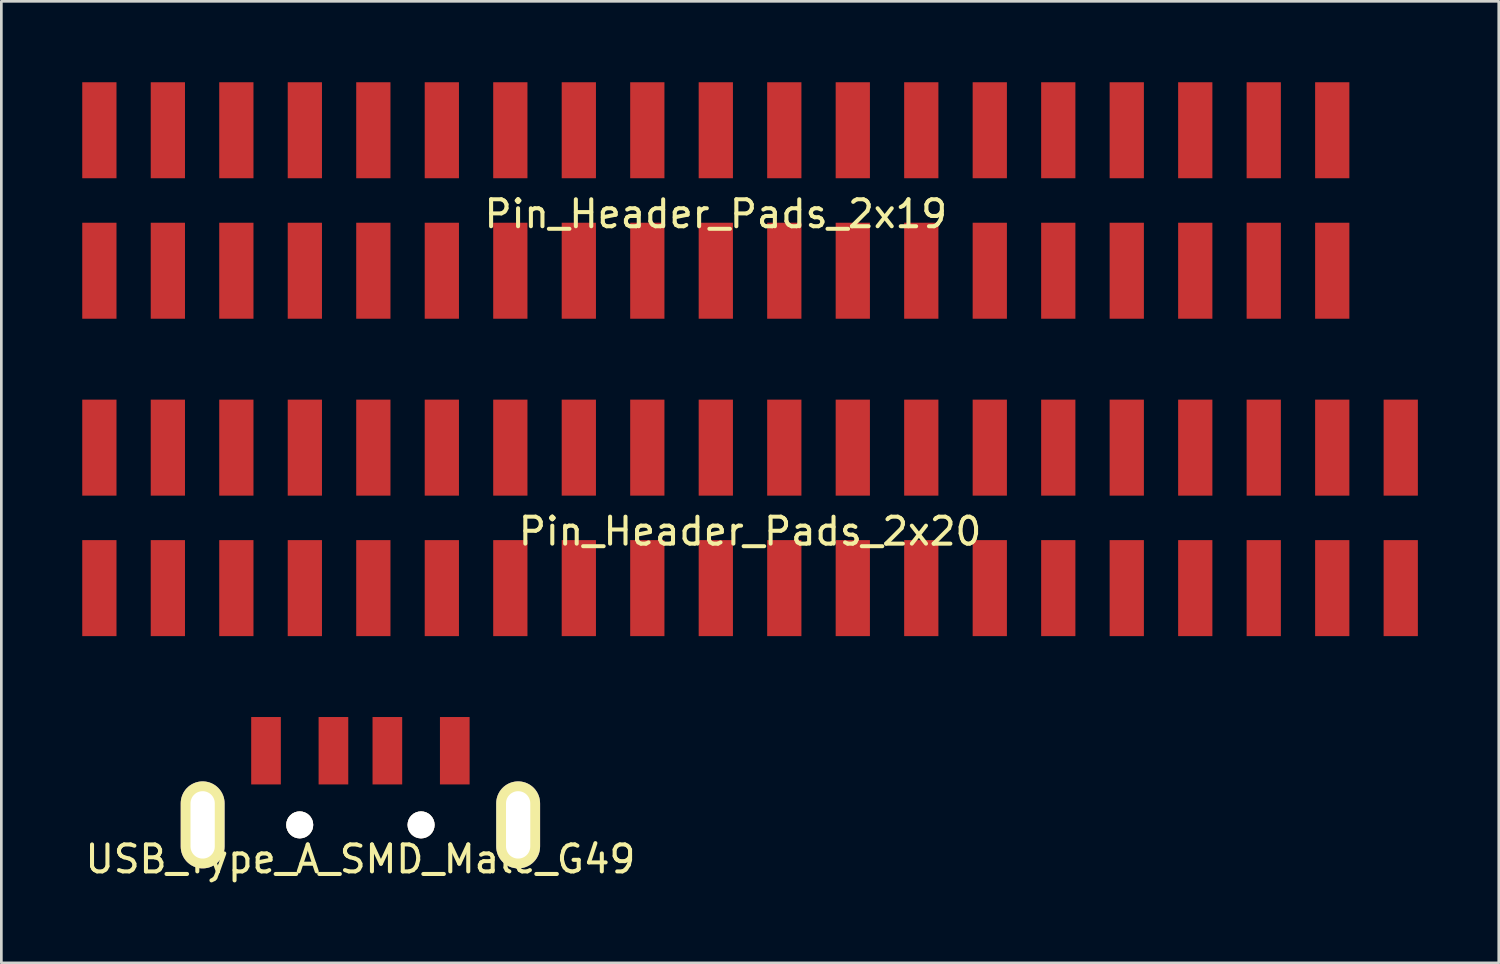
<source format=kicad_pcb>
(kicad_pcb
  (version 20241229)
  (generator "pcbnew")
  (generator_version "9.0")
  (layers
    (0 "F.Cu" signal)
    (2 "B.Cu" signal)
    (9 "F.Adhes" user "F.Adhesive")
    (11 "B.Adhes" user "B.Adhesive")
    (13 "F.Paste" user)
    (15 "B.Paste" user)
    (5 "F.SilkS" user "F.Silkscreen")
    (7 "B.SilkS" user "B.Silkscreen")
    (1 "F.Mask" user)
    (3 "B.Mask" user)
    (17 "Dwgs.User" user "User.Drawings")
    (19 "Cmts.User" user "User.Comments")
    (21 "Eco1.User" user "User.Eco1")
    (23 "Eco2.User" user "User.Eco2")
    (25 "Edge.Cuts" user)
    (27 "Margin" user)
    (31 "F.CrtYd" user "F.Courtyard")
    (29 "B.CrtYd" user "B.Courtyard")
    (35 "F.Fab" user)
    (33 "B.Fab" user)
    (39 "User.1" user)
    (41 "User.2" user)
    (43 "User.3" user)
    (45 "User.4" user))
  (footprint "Pin_Header_Pads_2x19"
    (layer "F.Cu")
    (at 23.495 4.385)
    (property "Reference" "Pin_Header_Pads_2x19" (at 0 0.5 0) (layer "F.SilkS") (effects (font (size 1 1) (thickness 0.15))))
    (attr through_hole)
    (pad "1" smd rect (at -22.86 2.605) (size 1.27 3.56) (layers "F.Cu" "F.Mask" "F.Paste"))
    (pad "2" smd rect (at -22.86 -2.605) (size 1.27 3.56) (layers "F.Cu" "F.Mask" "F.Paste"))
    (pad "3" smd rect (at -20.32 2.605) (size 1.27 3.56) (layers "F.Cu" "F.Mask" "F.Paste"))
    (pad "4" smd rect (at -20.32 -2.605) (size 1.27 3.56) (layers "F.Cu" "F.Mask" "F.Paste"))
    (pad "5" smd rect (at -17.78 2.605) (size 1.27 3.56) (layers "F.Cu" "F.Mask" "F.Paste"))
    (pad "6" smd rect (at -17.78 -2.605) (size 1.27 3.56) (layers "F.Cu" "F.Mask" "F.Paste"))
    (pad "7" smd rect (at -15.24 2.605) (size 1.27 3.56) (layers "F.Cu" "F.Mask" "F.Paste"))
    (pad "8" smd rect (at -15.24 -2.605) (size 1.27 3.56) (layers "F.Cu" "F.Mask" "F.Paste"))
    (pad "9" smd rect (at -12.7 2.605) (size 1.27 3.56) (layers "F.Cu" "F.Mask" "F.Paste"))
    (pad "10" smd rect (at -12.7 -2.605) (size 1.27 3.56) (layers "F.Cu" "F.Mask" "F.Paste"))
    (pad "11" smd rect (at -10.16 2.605) (size 1.27 3.56) (layers "F.Cu" "F.Mask" "F.Paste"))
    (pad "12" smd rect (at -10.16 -2.605) (size 1.27 3.56) (layers "F.Cu" "F.Mask" "F.Paste"))
    (pad "13" smd rect (at -7.62 2.605) (size 1.27 3.56) (layers "F.Cu" "F.Mask" "F.Paste"))
    (pad "14" smd rect (at -7.62 -2.605) (size 1.27 3.56) (layers "F.Cu" "F.Mask" "F.Paste"))
    (pad "15" smd rect (at -5.08 2.605) (size 1.27 3.56) (layers "F.Cu" "F.Mask" "F.Paste"))
    (pad "16" smd rect (at -5.08 -2.605) (size 1.27 3.56) (layers "F.Cu" "F.Mask" "F.Paste"))
    (pad "17" smd rect (at -2.54 2.605) (size 1.27 3.56) (layers "F.Cu" "F.Mask" "F.Paste"))
    (pad "18" smd rect (at -2.54 -2.605) (size 1.27 3.56) (layers "F.Cu" "F.Mask" "F.Paste"))
    (pad "19" smd rect (at 0 2.605) (size 1.27 3.56) (layers "F.Cu" "F.Mask" "F.Paste"))
    (pad "20" smd rect (at 0 -2.605) (size 1.27 3.56) (layers "F.Cu" "F.Mask" "F.Paste"))
    (pad "21" smd rect (at 2.54 2.605) (size 1.27 3.56) (layers "F.Cu" "F.Mask" "F.Paste"))
    (pad "22" smd rect (at 2.54 -2.605) (size 1.27 3.56) (layers "F.Cu" "F.Mask" "F.Paste"))
    (pad "23" smd rect (at 5.08 2.605) (size 1.27 3.56) (layers "F.Cu" "F.Mask" "F.Paste"))
    (pad "24" smd rect (at 5.08 -2.605) (size 1.27 3.56) (layers "F.Cu" "F.Mask" "F.Paste"))
    (pad "25" smd rect (at 7.62 2.605) (size 1.27 3.56) (layers "F.Cu" "F.Mask" "F.Paste"))
    (pad "26" smd rect (at 7.62 -2.605) (size 1.27 3.56) (layers "F.Cu" "F.Mask" "F.Paste"))
    (pad "27" smd rect (at 10.16 2.605) (size 1.27 3.56) (layers "F.Cu" "F.Mask" "F.Paste"))
    (pad "28" smd rect (at 10.16 -2.605) (size 1.27 3.56) (layers "F.Cu" "F.Mask" "F.Paste"))
    (pad "29" smd rect (at 12.7 2.605) (size 1.27 3.56) (layers "F.Cu" "F.Mask" "F.Paste"))
    (pad "30" smd rect (at 12.7 -2.605) (size 1.27 3.56) (layers "F.Cu" "F.Mask" "F.Paste"))
    (pad "31" smd rect (at 15.24 2.605) (size 1.27 3.56) (layers "F.Cu" "F.Mask" "F.Paste"))
    (pad "32" smd rect (at 15.24 -2.605) (size 1.27 3.56) (layers "F.Cu" "F.Mask" "F.Paste"))
    (pad "33" smd rect (at 17.78 2.605) (size 1.27 3.56) (layers "F.Cu" "F.Mask" "F.Paste"))
    (pad "34" smd rect (at 17.78 -2.605) (size 1.27 3.56) (layers "F.Cu" "F.Mask" "F.Paste"))
    (pad "35" smd rect (at 20.32 2.605) (size 1.27 3.56) (layers "F.Cu" "F.Mask" "F.Paste"))
    (pad "36" smd rect (at 20.32 -2.605) (size 1.27 3.56) (layers "F.Cu" "F.Mask" "F.Paste"))
    (pad "37" smd rect (at 22.86 2.605) (size 1.27 3.56) (layers "F.Cu" "F.Mask" "F.Paste"))
    (pad "38" smd rect (at 22.86 -2.605) (size 1.27 3.56) (layers "F.Cu" "F.Mask" "F.Paste")))
  (footprint "USB_Type_A_SMD_Male_G49"
    (layer "F.Cu")
    (at 10.315 27.54)
    (property "Reference" "USB_Type_A_SMD_Male_G49" (at 0 1.27 0) (layer "F.SilkS") (effects (font (size 1 1) (thickness 0.15))))
    (attr through_hole)
    (pad "1" smd rect (at 3.5 -2.75) (size 1.1 2.5) (layers "F.Cu" "F.Mask" "F.Paste"))
    (pad "2" smd rect (at 1 -2.75) (size 1.1 2.5) (layers "F.Cu" "F.Mask" "F.Paste"))
    (pad "3" smd rect (at -1 -2.75) (size 1.1 2.5) (layers "F.Cu" "F.Mask" "F.Paste"))
    (pad "4" smd rect (at -3.5 -2.75) (size 1.1 2.5) (layers "F.Cu" "F.Mask" "F.Paste"))
    (pad "5" thru_hole oval (at -5.85 0) (size 1.626 3.226) (drill oval 0.9 2.5) (layers "*.Cu" "*.Mask" "F.SilkS"))
    (pad "5" thru_hole circle (at -2.25 0 90) (size 1 1) (drill 1) (layers "*.Cu" "*.Mask" "F.SilkS"))
    (pad "5" thru_hole circle (at 2.25 0) (size 1 1) (drill 1) (layers "*.Cu" "*.Mask" "F.SilkS"))
    (pad "5" thru_hole oval (at 5.85 0) (size 1.626 3.226) (drill oval 0.9 2.5) (layers "*.Cu" "*.Mask" "F.SilkS")))
  (footprint "Pin_Header_Pads_2x20"
    (layer "F.Cu")
    (at 24.765 16.155)
    (property "Reference" "Pin_Header_Pads_2x20" (at 0 0.5 0) (layer "F.SilkS") (effects (font (size 1 1) (thickness 0.15))))
    (attr through_hole)
    (pad "1" smd rect (at -24.13 2.605) (size 1.27 3.56) (layers "F.Cu" "F.Mask" "F.Paste"))
    (pad "2" smd rect (at -24.13 -2.605) (size 1.27 3.56) (layers "F.Cu" "F.Mask" "F.Paste"))
    (pad "3" smd rect (at -21.59 2.605) (size 1.27 3.56) (layers "F.Cu" "F.Mask" "F.Paste"))
    (pad "4" smd rect (at -21.59 -2.605) (size 1.27 3.56) (layers "F.Cu" "F.Mask" "F.Paste"))
    (pad "5" smd rect (at -19.05 2.605) (size 1.27 3.56) (layers "F.Cu" "F.Mask" "F.Paste"))
    (pad "6" smd rect (at -19.05 -2.605) (size 1.27 3.56) (layers "F.Cu" "F.Mask" "F.Paste"))
    (pad "7" smd rect (at -16.51 2.605) (size 1.27 3.56) (layers "F.Cu" "F.Mask" "F.Paste"))
    (pad "8" smd rect (at -16.51 -2.605) (size 1.27 3.56) (layers "F.Cu" "F.Mask" "F.Paste"))
    (pad "9" smd rect (at -13.97 2.605) (size 1.27 3.56) (layers "F.Cu" "F.Mask" "F.Paste"))
    (pad "10" smd rect (at -13.97 -2.605) (size 1.27 3.56) (layers "F.Cu" "F.Mask" "F.Paste"))
    (pad "11" smd rect (at -11.43 2.605) (size 1.27 3.56) (layers "F.Cu" "F.Mask" "F.Paste"))
    (pad "12" smd rect (at -11.43 -2.605) (size 1.27 3.56) (layers "F.Cu" "F.Mask" "F.Paste"))
    (pad "13" smd rect (at -8.89 2.605) (size 1.27 3.56) (layers "F.Cu" "F.Mask" "F.Paste"))
    (pad "14" smd rect (at -8.89 -2.605) (size 1.27 3.56) (layers "F.Cu" "F.Mask" "F.Paste"))
    (pad "15" smd rect (at -6.35 2.605) (size 1.27 3.56) (layers "F.Cu" "F.Mask" "F.Paste"))
    (pad "16" smd rect (at -6.35 -2.605) (size 1.27 3.56) (layers "F.Cu" "F.Mask" "F.Paste"))
    (pad "17" smd rect (at -3.81 2.605) (size 1.27 3.56) (layers "F.Cu" "F.Mask" "F.Paste"))
    (pad "18" smd rect (at -3.81 -2.605) (size 1.27 3.56) (layers "F.Cu" "F.Mask" "F.Paste"))
    (pad "19" smd rect (at -1.27 2.605) (size 1.27 3.56) (layers "F.Cu" "F.Mask" "F.Paste"))
    (pad "20" smd rect (at -1.27 -2.605) (size 1.27 3.56) (layers "F.Cu" "F.Mask" "F.Paste"))
    (pad "21" smd rect (at 1.27 2.605) (size 1.27 3.56) (layers "F.Cu" "F.Mask" "F.Paste"))
    (pad "22" smd rect (at 1.27 -2.605) (size 1.27 3.56) (layers "F.Cu" "F.Mask" "F.Paste"))
    (pad "23" smd rect (at 3.81 2.605) (size 1.27 3.56) (layers "F.Cu" "F.Mask" "F.Paste"))
    (pad "24" smd rect (at 3.81 -2.605) (size 1.27 3.56) (layers "F.Cu" "F.Mask" "F.Paste"))
    (pad "25" smd rect (at 6.35 2.605) (size 1.27 3.56) (layers "F.Cu" "F.Mask" "F.Paste"))
    (pad "26" smd rect (at 6.35 -2.605) (size 1.27 3.56) (layers "F.Cu" "F.Mask" "F.Paste"))
    (pad "27" smd rect (at 8.89 2.605) (size 1.27 3.56) (layers "F.Cu" "F.Mask" "F.Paste"))
    (pad "28" smd rect (at 8.89 -2.605) (size 1.27 3.56) (layers "F.Cu" "F.Mask" "F.Paste"))
    (pad "29" smd rect (at 11.43 2.605) (size 1.27 3.56) (layers "F.Cu" "F.Mask" "F.Paste"))
    (pad "30" smd rect (at 11.43 -2.605) (size 1.27 3.56) (layers "F.Cu" "F.Mask" "F.Paste"))
    (pad "31" smd rect (at 13.97 2.605) (size 1.27 3.56) (layers "F.Cu" "F.Mask" "F.Paste"))
    (pad "32" smd rect (at 13.97 -2.605) (size 1.27 3.56) (layers "F.Cu" "F.Mask" "F.Paste"))
    (pad "33" smd rect (at 16.51 2.605) (size 1.27 3.56) (layers "F.Cu" "F.Mask" "F.Paste"))
    (pad "34" smd rect (at 16.51 -2.605) (size 1.27 3.56) (layers "F.Cu" "F.Mask" "F.Paste"))
    (pad "35" smd rect (at 19.05 2.605) (size 1.27 3.56) (layers "F.Cu" "F.Mask" "F.Paste"))
    (pad "36" smd rect (at 19.05 -2.605) (size 1.27 3.56) (layers "F.Cu" "F.Mask" "F.Paste"))
    (pad "37" smd rect (at 21.59 2.605) (size 1.27 3.56) (layers "F.Cu" "F.Mask" "F.Paste"))
    (pad "38" smd rect (at 21.59 -2.605) (size 1.27 3.56) (layers "F.Cu" "F.Mask" "F.Paste"))
    (pad "39" smd rect (at 24.13 2.605) (size 1.27 3.56) (layers "F.Cu" "F.Mask" "F.Paste"))
    (pad "40" smd rect (at 24.13 -2.605) (size 1.27 3.56) (layers "F.Cu" "F.Mask" "F.Paste")))
  (gr_rect
    (start -3 -3)
    (end 52.53 32.658)
    (stroke (width 0.1) (type default))
    (fill no)
    (layer "Edge.Cuts")))
</source>
